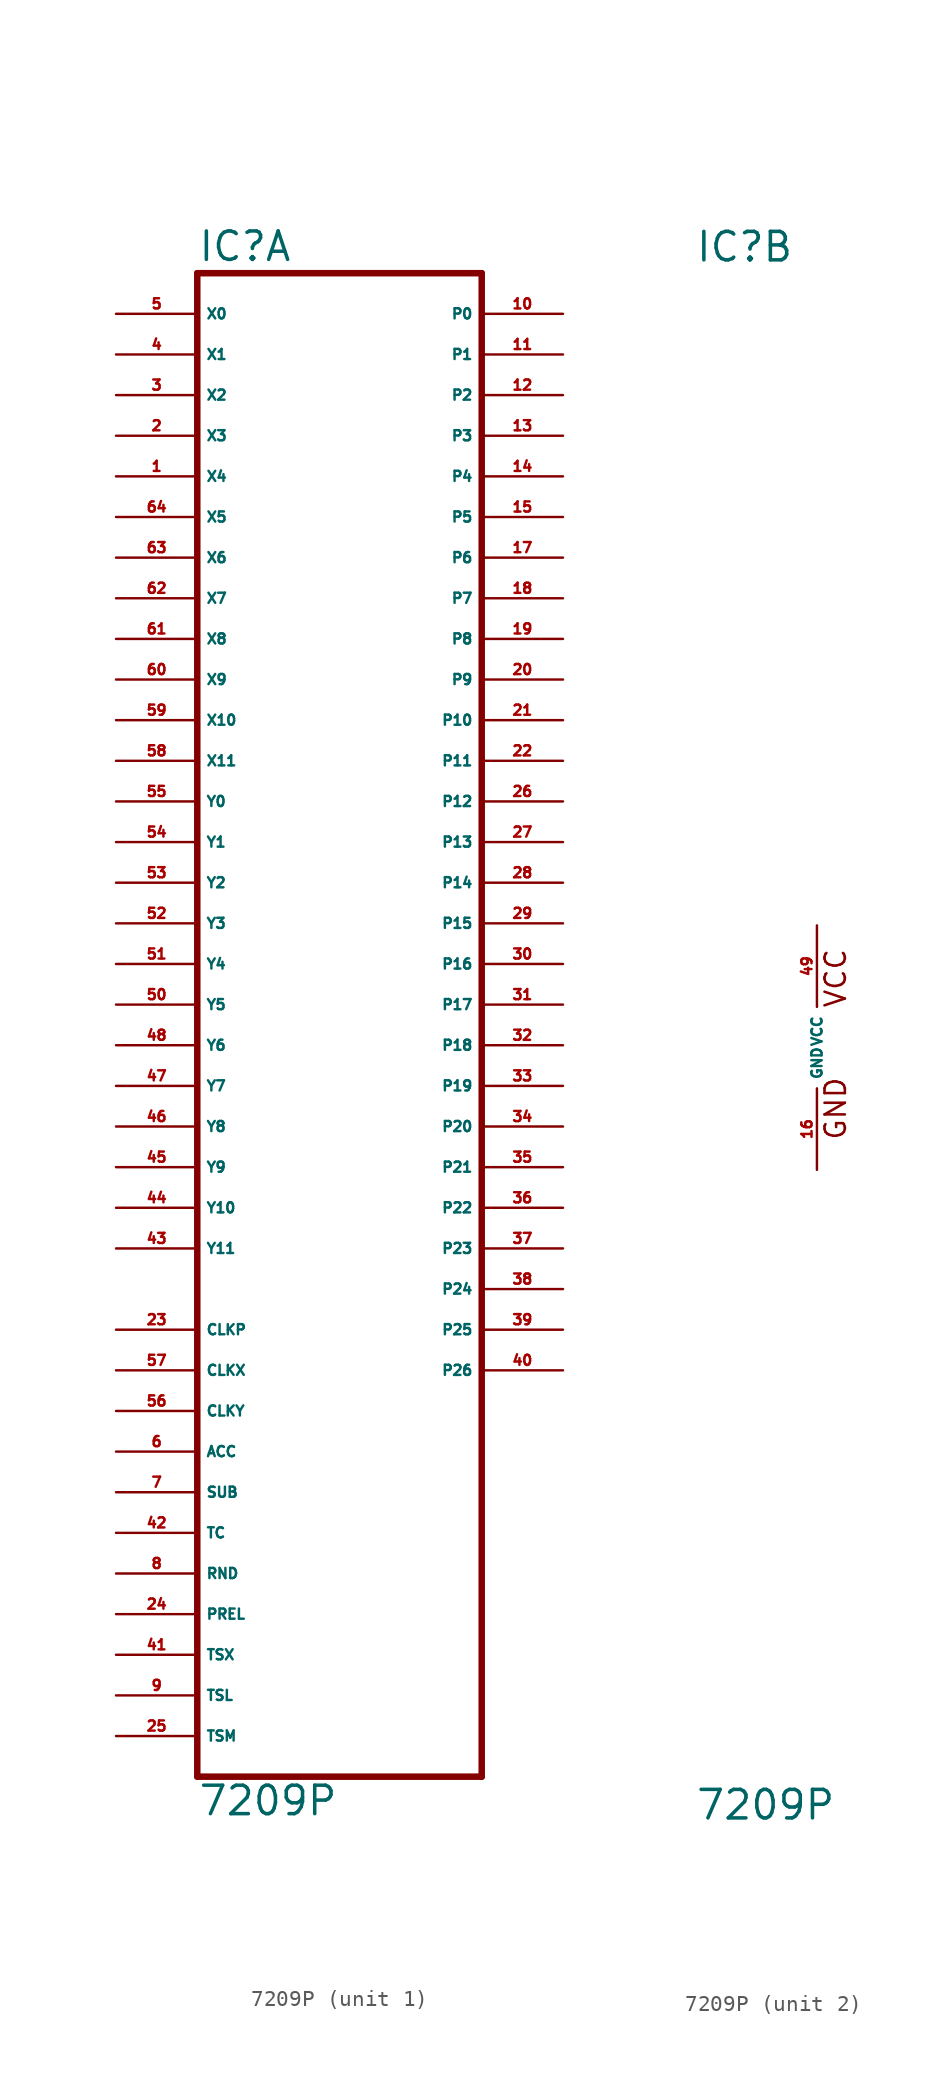
<source format=kicad_sym>
(kicad_symbol_lib
  (version 20220914)
  (generator Eagle2Kicad)
  (symbol "7209P"
    (property "Reference" "IC"
      (at -7.62 48.895 0)
      (effects (font (size 1.778 1.778) (thickness 0.22)) (justify left bottom)))
    (property "Value" "7209P"
      (at -7.62 -48.26 0)
      (effects (font (size 1.778 1.778) (thickness 0.22)) (justify left bottom)))
    (symbol "7209P_1_0"
      (polyline (pts (xy -7.62 -45.72) (xy 10.16 -45.72)) (stroke (width 0.406) (type default)) (fill (type none)))
      (polyline (pts (xy 10.16 -45.72) (xy 10.16 48.26)) (stroke (width 0.406) (type default)) (fill (type none)))
      (polyline (pts (xy 10.16 48.26) (xy -7.62 48.26)) (stroke (width 0.406) (type default)) (fill (type none)))
      (polyline (pts (xy -7.62 48.26) (xy -7.62 -45.72)) (stroke (width 0.406) (type default)) (fill (type none)))
      (pin input line (at -12.7 45.72 0) (length 5.08) (name "X0" (effects (font (size 0.635 0.635) (thickness 0.08)) (justify left bottom))) (number "5" (effects (font (size 0.635 0.635) (thickness 0.08)) (justify left bottom))))
      (pin input line (at -12.7 43.18 0) (length 5.08) (name "X1" (effects (font (size 0.635 0.635) (thickness 0.08)) (justify left bottom))) (number "4" (effects (font (size 0.635 0.635) (thickness 0.08)) (justify left bottom))))
      (pin input line (at -12.7 40.64 0) (length 5.08) (name "X2" (effects (font (size 0.635 0.635) (thickness 0.08)) (justify left bottom))) (number "3" (effects (font (size 0.635 0.635) (thickness 0.08)) (justify left bottom))))
      (pin input line (at -12.7 38.1 0) (length 5.08) (name "X3" (effects (font (size 0.635 0.635) (thickness 0.08)) (justify left bottom))) (number "2" (effects (font (size 0.635 0.635) (thickness 0.08)) (justify left bottom))))
      (pin input line (at -12.7 35.56 0) (length 5.08) (name "X4" (effects (font (size 0.635 0.635) (thickness 0.08)) (justify left bottom))) (number "1" (effects (font (size 0.635 0.635) (thickness 0.08)) (justify left bottom))))
      (pin input line (at -12.7 33.02 0) (length 5.08) (name "X5" (effects (font (size 0.635 0.635) (thickness 0.08)) (justify left bottom))) (number "64" (effects (font (size 0.635 0.635) (thickness 0.08)) (justify left bottom))))
      (pin input line (at -12.7 30.48 0) (length 5.08) (name "X6" (effects (font (size 0.635 0.635) (thickness 0.08)) (justify left bottom))) (number "63" (effects (font (size 0.635 0.635) (thickness 0.08)) (justify left bottom))))
      (pin input line (at -12.7 27.94 0) (length 5.08) (name "X7" (effects (font (size 0.635 0.635) (thickness 0.08)) (justify left bottom))) (number "62" (effects (font (size 0.635 0.635) (thickness 0.08)) (justify left bottom))))
      (pin input line (at -12.7 25.4 0) (length 5.08) (name "X8" (effects (font (size 0.635 0.635) (thickness 0.08)) (justify left bottom))) (number "61" (effects (font (size 0.635 0.635) (thickness 0.08)) (justify left bottom))))
      (pin input line (at -12.7 22.86 0) (length 5.08) (name "X9" (effects (font (size 0.635 0.635) (thickness 0.08)) (justify left bottom))) (number "60" (effects (font (size 0.635 0.635) (thickness 0.08)) (justify left bottom))))
      (pin input line (at -12.7 20.32 0) (length 5.08) (name "X10" (effects (font (size 0.635 0.635) (thickness 0.08)) (justify left bottom))) (number "59" (effects (font (size 0.635 0.635) (thickness 0.08)) (justify left bottom))))
      (pin input line (at -12.7 17.78 0) (length 5.08) (name "X11" (effects (font (size 0.635 0.635) (thickness 0.08)) (justify left bottom))) (number "58" (effects (font (size 0.635 0.635) (thickness 0.08)) (justify left bottom))))
      (pin input line (at -12.7 15.24 0) (length 5.08) (name "Y0" (effects (font (size 0.635 0.635) (thickness 0.08)) (justify left bottom))) (number "55" (effects (font (size 0.635 0.635) (thickness 0.08)) (justify left bottom))))
      (pin input line (at -12.7 12.7 0) (length 5.08) (name "Y1" (effects (font (size 0.635 0.635) (thickness 0.08)) (justify left bottom))) (number "54" (effects (font (size 0.635 0.635) (thickness 0.08)) (justify left bottom))))
      (pin input line (at -12.7 10.16 0) (length 5.08) (name "Y2" (effects (font (size 0.635 0.635) (thickness 0.08)) (justify left bottom))) (number "53" (effects (font (size 0.635 0.635) (thickness 0.08)) (justify left bottom))))
      (pin input line (at -12.7 7.62 0) (length 5.08) (name "Y3" (effects (font (size 0.635 0.635) (thickness 0.08)) (justify left bottom))) (number "52" (effects (font (size 0.635 0.635) (thickness 0.08)) (justify left bottom))))
      (pin input line (at -12.7 5.08 0) (length 5.08) (name "Y4" (effects (font (size 0.635 0.635) (thickness 0.08)) (justify left bottom))) (number "51" (effects (font (size 0.635 0.635) (thickness 0.08)) (justify left bottom))))
      (pin input line (at -12.7 2.54 0) (length 5.08) (name "Y5" (effects (font (size 0.635 0.635) (thickness 0.08)) (justify left bottom))) (number "50" (effects (font (size 0.635 0.635) (thickness 0.08)) (justify left bottom))))
      (pin input line (at -12.7 0 0) (length 5.08) (name "Y6" (effects (font (size 0.635 0.635) (thickness 0.08)) (justify left bottom))) (number "48" (effects (font (size 0.635 0.635) (thickness 0.08)) (justify left bottom))))
      (pin input line (at -12.7 -2.54 0) (length 5.08) (name "Y7" (effects (font (size 0.635 0.635) (thickness 0.08)) (justify left bottom))) (number "47" (effects (font (size 0.635 0.635) (thickness 0.08)) (justify left bottom))))
      (pin input line (at -12.7 -5.08 0) (length 5.08) (name "Y8" (effects (font (size 0.635 0.635) (thickness 0.08)) (justify left bottom))) (number "46" (effects (font (size 0.635 0.635) (thickness 0.08)) (justify left bottom))))
      (pin input line (at -12.7 -7.62 0) (length 5.08) (name "Y9" (effects (font (size 0.635 0.635) (thickness 0.08)) (justify left bottom))) (number "45" (effects (font (size 0.635 0.635) (thickness 0.08)) (justify left bottom))))
      (pin input line (at -12.7 -10.16 0) (length 5.08) (name "Y10" (effects (font (size 0.635 0.635) (thickness 0.08)) (justify left bottom))) (number "44" (effects (font (size 0.635 0.635) (thickness 0.08)) (justify left bottom))))
      (pin input line (at -12.7 -12.7 0) (length 5.08) (name "Y11" (effects (font (size 0.635 0.635) (thickness 0.08)) (justify left bottom))) (number "43" (effects (font (size 0.635 0.635) (thickness 0.08)) (justify left bottom))))
      (pin output line (at 15.24 45.72 180) (length 5.08) (name "P0" (effects (font (size 0.635 0.635) (thickness 0.08)) (justify left bottom))) (number "10" (effects (font (size 0.635 0.635) (thickness 0.08)) (justify left bottom))))
      (pin output line (at 15.24 43.18 180) (length 5.08) (name "P1" (effects (font (size 0.635 0.635) (thickness 0.08)) (justify left bottom))) (number "11" (effects (font (size 0.635 0.635) (thickness 0.08)) (justify left bottom))))
      (pin output line (at 15.24 40.64 180) (length 5.08) (name "P2" (effects (font (size 0.635 0.635) (thickness 0.08)) (justify left bottom))) (number "12" (effects (font (size 0.635 0.635) (thickness 0.08)) (justify left bottom))))
      (pin output line (at 15.24 38.1 180) (length 5.08) (name "P3" (effects (font (size 0.635 0.635) (thickness 0.08)) (justify left bottom))) (number "13" (effects (font (size 0.635 0.635) (thickness 0.08)) (justify left bottom))))
      (pin output line (at 15.24 35.56 180) (length 5.08) (name "P4" (effects (font (size 0.635 0.635) (thickness 0.08)) (justify left bottom))) (number "14" (effects (font (size 0.635 0.635) (thickness 0.08)) (justify left bottom))))
      (pin output line (at 15.24 33.02 180) (length 5.08) (name "P5" (effects (font (size 0.635 0.635) (thickness 0.08)) (justify left bottom))) (number "15" (effects (font (size 0.635 0.635) (thickness 0.08)) (justify left bottom))))
      (pin output line (at 15.24 30.48 180) (length 5.08) (name "P6" (effects (font (size 0.635 0.635) (thickness 0.08)) (justify left bottom))) (number "17" (effects (font (size 0.635 0.635) (thickness 0.08)) (justify left bottom))))
      (pin output line (at 15.24 27.94 180) (length 5.08) (name "P7" (effects (font (size 0.635 0.635) (thickness 0.08)) (justify left bottom))) (number "18" (effects (font (size 0.635 0.635) (thickness 0.08)) (justify left bottom))))
      (pin output line (at 15.24 25.4 180) (length 5.08) (name "P8" (effects (font (size 0.635 0.635) (thickness 0.08)) (justify left bottom))) (number "19" (effects (font (size 0.635 0.635) (thickness 0.08)) (justify left bottom))))
      (pin output line (at 15.24 22.86 180) (length 5.08) (name "P9" (effects (font (size 0.635 0.635) (thickness 0.08)) (justify left bottom))) (number "20" (effects (font (size 0.635 0.635) (thickness 0.08)) (justify left bottom))))
      (pin output line (at 15.24 20.32 180) (length 5.08) (name "P10" (effects (font (size 0.635 0.635) (thickness 0.08)) (justify left bottom))) (number "21" (effects (font (size 0.635 0.635) (thickness 0.08)) (justify left bottom))))
      (pin output line (at 15.24 17.78 180) (length 5.08) (name "P11" (effects (font (size 0.635 0.635) (thickness 0.08)) (justify left bottom))) (number "22" (effects (font (size 0.635 0.635) (thickness 0.08)) (justify left bottom))))
      (pin output line (at 15.24 15.24 180) (length 5.08) (name "P12" (effects (font (size 0.635 0.635) (thickness 0.08)) (justify left bottom))) (number "26" (effects (font (size 0.635 0.635) (thickness 0.08)) (justify left bottom))))
      (pin output line (at 15.24 12.7 180) (length 5.08) (name "P13" (effects (font (size 0.635 0.635) (thickness 0.08)) (justify left bottom))) (number "27" (effects (font (size 0.635 0.635) (thickness 0.08)) (justify left bottom))))
      (pin output line (at 15.24 10.16 180) (length 5.08) (name "P14" (effects (font (size 0.635 0.635) (thickness 0.08)) (justify left bottom))) (number "28" (effects (font (size 0.635 0.635) (thickness 0.08)) (justify left bottom))))
      (pin output line (at 15.24 7.62 180) (length 5.08) (name "P15" (effects (font (size 0.635 0.635) (thickness 0.08)) (justify left bottom))) (number "29" (effects (font (size 0.635 0.635) (thickness 0.08)) (justify left bottom))))
      (pin output line (at 15.24 5.08 180) (length 5.08) (name "P16" (effects (font (size 0.635 0.635) (thickness 0.08)) (justify left bottom))) (number "30" (effects (font (size 0.635 0.635) (thickness 0.08)) (justify left bottom))))
      (pin output line (at 15.24 2.54 180) (length 5.08) (name "P17" (effects (font (size 0.635 0.635) (thickness 0.08)) (justify left bottom))) (number "31" (effects (font (size 0.635 0.635) (thickness 0.08)) (justify left bottom))))
      (pin output line (at 15.24 0 180) (length 5.08) (name "P18" (effects (font (size 0.635 0.635) (thickness 0.08)) (justify left bottom))) (number "32" (effects (font (size 0.635 0.635) (thickness 0.08)) (justify left bottom))))
      (pin output line (at 15.24 -2.54 180) (length 5.08) (name "P19" (effects (font (size 0.635 0.635) (thickness 0.08)) (justify left bottom))) (number "33" (effects (font (size 0.635 0.635) (thickness 0.08)) (justify left bottom))))
      (pin output line (at 15.24 -5.08 180) (length 5.08) (name "P20" (effects (font (size 0.635 0.635) (thickness 0.08)) (justify left bottom))) (number "34" (effects (font (size 0.635 0.635) (thickness 0.08)) (justify left bottom))))
      (pin output line (at 15.24 -7.62 180) (length 5.08) (name "P21" (effects (font (size 0.635 0.635) (thickness 0.08)) (justify left bottom))) (number "35" (effects (font (size 0.635 0.635) (thickness 0.08)) (justify left bottom))))
      (pin output line (at 15.24 -10.16 180) (length 5.08) (name "P22" (effects (font (size 0.635 0.635) (thickness 0.08)) (justify left bottom))) (number "36" (effects (font (size 0.635 0.635) (thickness 0.08)) (justify left bottom))))
      (pin output line (at 15.24 -12.7 180) (length 5.08) (name "P23" (effects (font (size 0.635 0.635) (thickness 0.08)) (justify left bottom))) (number "37" (effects (font (size 0.635 0.635) (thickness 0.08)) (justify left bottom))))
      (pin input line (at -12.7 -25.4 0) (length 5.08) (name "ACC" (effects (font (size 0.635 0.635) (thickness 0.08)) (justify left bottom))) (number "6" (effects (font (size 0.635 0.635) (thickness 0.08)) (justify left bottom))))
      (pin input line (at -12.7 -20.32 0) (length 5.08) (name "CLKX" (effects (font (size 0.635 0.635) (thickness 0.08)) (justify left bottom))) (number "57" (effects (font (size 0.635 0.635) (thickness 0.08)) (justify left bottom))))
      (pin input line (at -12.7 -22.86 0) (length 5.08) (name "CLKY" (effects (font (size 0.635 0.635) (thickness 0.08)) (justify left bottom))) (number "56" (effects (font (size 0.635 0.635) (thickness 0.08)) (justify left bottom))))
      (pin input line (at -12.7 -27.94 0) (length 5.08) (name "SUB" (effects (font (size 0.635 0.635) (thickness 0.08)) (justify left bottom))) (number "7" (effects (font (size 0.635 0.635) (thickness 0.08)) (justify left bottom))))
      (pin input line (at -12.7 -30.48 0) (length 5.08) (name "TC" (effects (font (size 0.635 0.635) (thickness 0.08)) (justify left bottom))) (number "42" (effects (font (size 0.635 0.635) (thickness 0.08)) (justify left bottom))))
      (pin input line (at -12.7 -33.02 0) (length 5.08) (name "RND" (effects (font (size 0.635 0.635) (thickness 0.08)) (justify left bottom))) (number "8" (effects (font (size 0.635 0.635) (thickness 0.08)) (justify left bottom))))
      (pin input line (at -12.7 -35.56 0) (length 5.08) (name "PREL" (effects (font (size 0.635 0.635) (thickness 0.08)) (justify left bottom))) (number "24" (effects (font (size 0.635 0.635) (thickness 0.08)) (justify left bottom))))
      (pin input line (at -12.7 -38.1 0) (length 5.08) (name "TSX" (effects (font (size 0.635 0.635) (thickness 0.08)) (justify left bottom))) (number "41" (effects (font (size 0.635 0.635) (thickness 0.08)) (justify left bottom))))
      (pin input line (at -12.7 -40.64 0) (length 5.08) (name "TSL" (effects (font (size 0.635 0.635) (thickness 0.08)) (justify left bottom))) (number "9" (effects (font (size 0.635 0.635) (thickness 0.08)) (justify left bottom))))
      (pin input line (at -12.7 -43.18 0) (length 5.08) (name "TSM" (effects (font (size 0.635 0.635) (thickness 0.08)) (justify left bottom))) (number "25" (effects (font (size 0.635 0.635) (thickness 0.08)) (justify left bottom))))
      (pin input line (at -12.7 -17.78 0) (length 5.08) (name "CLKP" (effects (font (size 0.635 0.635) (thickness 0.08)) (justify left bottom))) (number "23" (effects (font (size 0.635 0.635) (thickness 0.08)) (justify left bottom))))
      (pin output line (at 15.24 -15.24 180) (length 5.08) (name "P24" (effects (font (size 0.635 0.635) (thickness 0.08)) (justify left bottom))) (number "38" (effects (font (size 0.635 0.635) (thickness 0.08)) (justify left bottom))))
      (pin output line (at 15.24 -17.78 180) (length 5.08) (name "P25" (effects (font (size 0.635 0.635) (thickness 0.08)) (justify left bottom))) (number "39" (effects (font (size 0.635 0.635) (thickness 0.08)) (justify left bottom))))
      (pin output line (at 15.24 -20.32 180) (length 5.08) (name "P26" (effects (font (size 0.635 0.635) (thickness 0.08)) (justify left bottom))) (number "40" (effects (font (size 0.635 0.635) (thickness 0.08)) (justify left bottom)))))
    (symbol "7209P_2_0"
      (text "GND" (at 1.905 -5.842 900) (effects (font (size 1.27 1.27) (thickness 0.16)) (justify left bottom)))
      (text "VCC" (at 1.905 2.413 900) (effects (font (size 1.27 1.27) (thickness 0.16)) (justify left bottom)))
      (pin unspecified line (at 0 7.62 270) (length 5.08) (name "VCC" (effects (font (size 0.635 0.635) (thickness 0.08)) (justify left bottom))) (number "49" (effects (font (size 0.635 0.635) (thickness 0.08)) (justify left bottom))))
      (pin unspecified line (at 0 -7.62 90) (length 5.08) (name "GND" (effects (font (size 0.635 0.635) (thickness 0.08)) (justify left bottom))) (number "16" (effects (font (size 0.635 0.635) (thickness 0.08)) (justify left bottom)))))))
</source>
